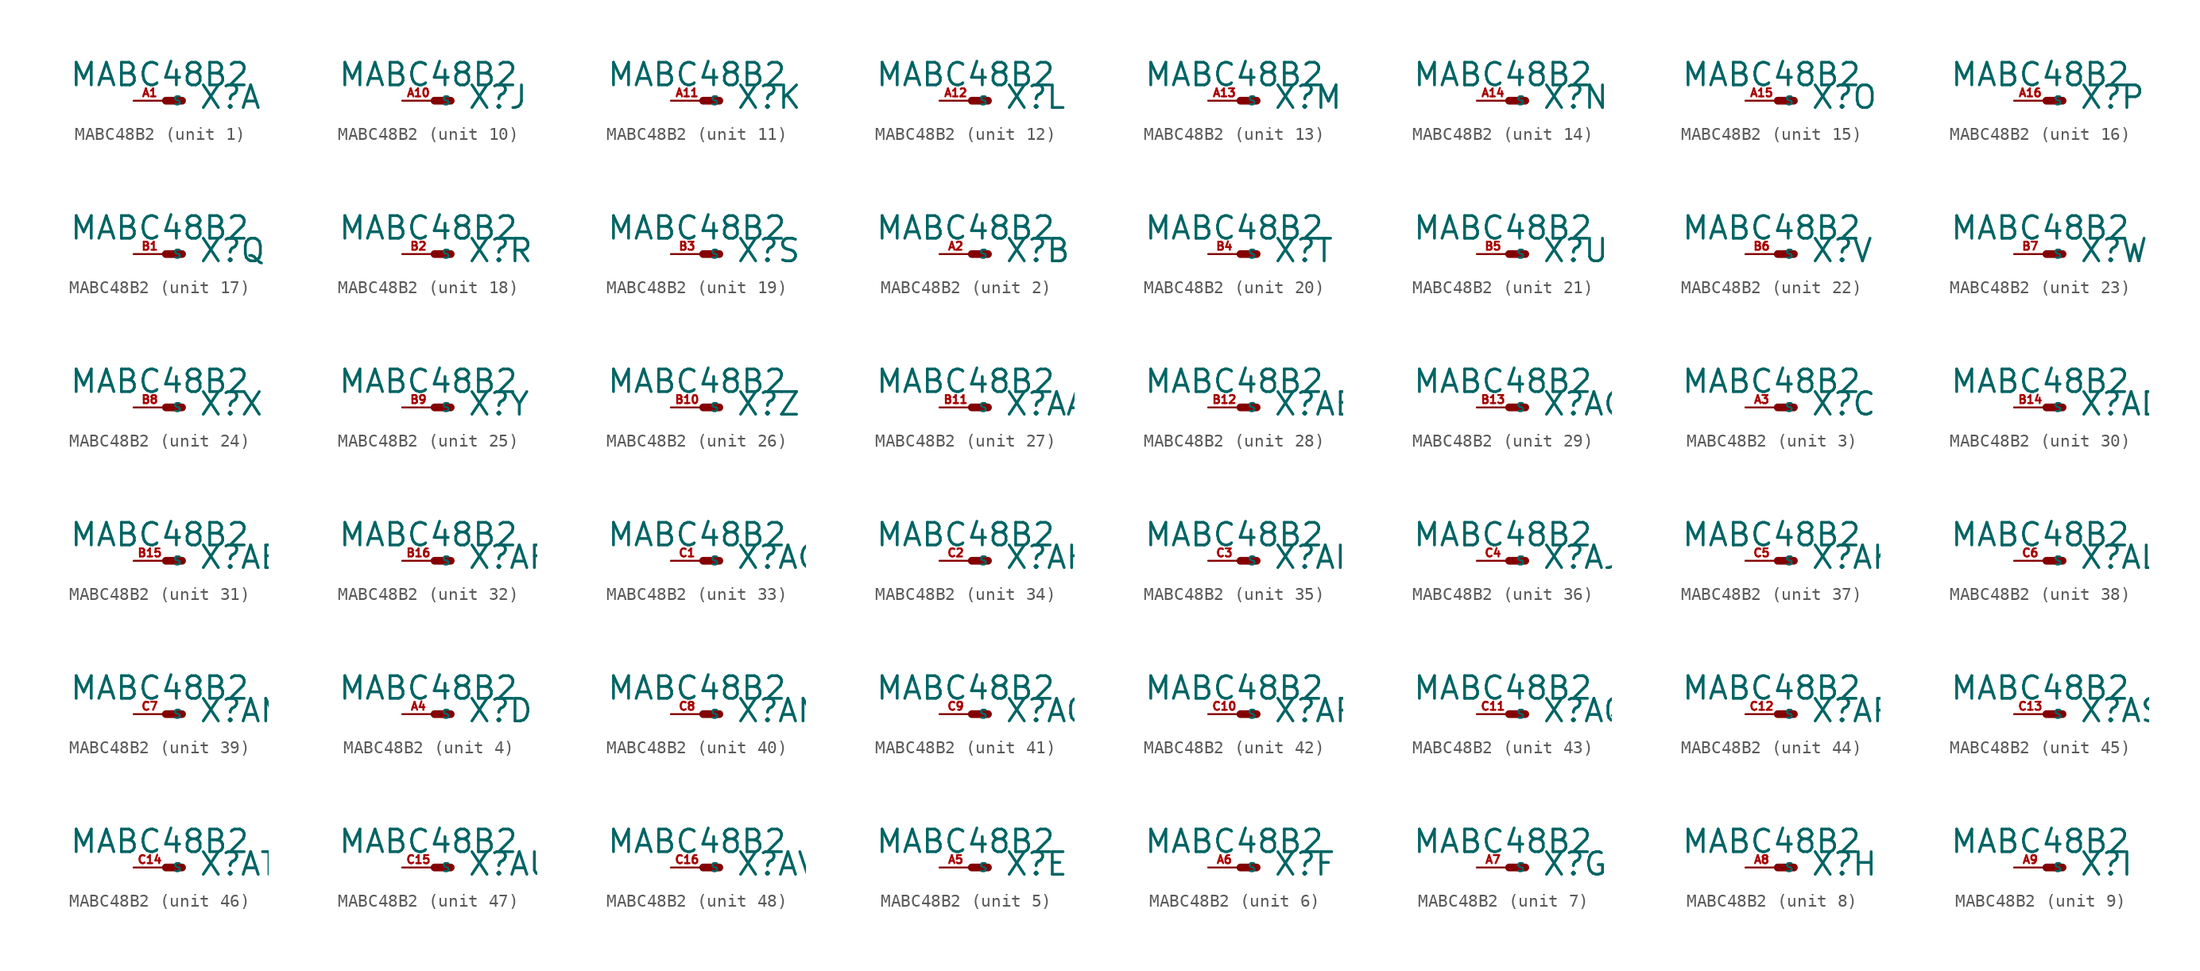
<source format=kicad_sym>
(kicad_symbol_lib
  (version 20220914)
  (generator Eagle2Kicad)
  (symbol "MABC48B2"
    (property "Reference" "X"
      (at 2.54 -0.762 0)
      (effects (font (size 1.778 1.778) (thickness 0.22)) (justify left bottom)))
    (property "Value" "MABC48B2"
      (at -7.62 1.016 0)
      (effects (font (size 1.778 1.778) (thickness 0.22)) (justify left bottom)))
    (symbol "MABC48B2_1_0"
      (polyline (pts (xy 0 0) (xy 1.27 0)) (stroke (width 0.61) (type default)) (fill (type none)))
      (pin passive line (at -2.54 0 0) (length 2.54) (name "S" (effects (font (size 0.635 0.635) (thickness 0.08)) (justify left bottom))) (number "A1" (effects (font (size 0.635 0.635) (thickness 0.08)) (justify left bottom)))))
    (symbol "MABC48B2_2_0"
      (polyline (pts (xy 0 0) (xy 1.27 0)) (stroke (width 0.61) (type default)) (fill (type none)))
      (pin passive line (at -2.54 0 0) (length 2.54) (name "S" (effects (font (size 0.635 0.635) (thickness 0.08)) (justify left bottom))) (number "A2" (effects (font (size 0.635 0.635) (thickness 0.08)) (justify left bottom)))))
    (symbol "MABC48B2_3_0"
      (polyline (pts (xy 0 0) (xy 1.27 0)) (stroke (width 0.61) (type default)) (fill (type none)))
      (pin passive line (at -2.54 0 0) (length 2.54) (name "S" (effects (font (size 0.635 0.635) (thickness 0.08)) (justify left bottom))) (number "A3" (effects (font (size 0.635 0.635) (thickness 0.08)) (justify left bottom)))))
    (symbol "MABC48B2_4_0"
      (polyline (pts (xy 0 0) (xy 1.27 0)) (stroke (width 0.61) (type default)) (fill (type none)))
      (pin passive line (at -2.54 0 0) (length 2.54) (name "S" (effects (font (size 0.635 0.635) (thickness 0.08)) (justify left bottom))) (number "A4" (effects (font (size 0.635 0.635) (thickness 0.08)) (justify left bottom)))))
    (symbol "MABC48B2_5_0"
      (polyline (pts (xy 0 0) (xy 1.27 0)) (stroke (width 0.61) (type default)) (fill (type none)))
      (pin passive line (at -2.54 0 0) (length 2.54) (name "S" (effects (font (size 0.635 0.635) (thickness 0.08)) (justify left bottom))) (number "A5" (effects (font (size 0.635 0.635) (thickness 0.08)) (justify left bottom)))))
    (symbol "MABC48B2_6_0"
      (polyline (pts (xy 0 0) (xy 1.27 0)) (stroke (width 0.61) (type default)) (fill (type none)))
      (pin passive line (at -2.54 0 0) (length 2.54) (name "S" (effects (font (size 0.635 0.635) (thickness 0.08)) (justify left bottom))) (number "A6" (effects (font (size 0.635 0.635) (thickness 0.08)) (justify left bottom)))))
    (symbol "MABC48B2_7_0"
      (polyline (pts (xy 0 0) (xy 1.27 0)) (stroke (width 0.61) (type default)) (fill (type none)))
      (pin passive line (at -2.54 0 0) (length 2.54) (name "S" (effects (font (size 0.635 0.635) (thickness 0.08)) (justify left bottom))) (number "A7" (effects (font (size 0.635 0.635) (thickness 0.08)) (justify left bottom)))))
    (symbol "MABC48B2_8_0"
      (polyline (pts (xy 0 0) (xy 1.27 0)) (stroke (width 0.61) (type default)) (fill (type none)))
      (pin passive line (at -2.54 0 0) (length 2.54) (name "S" (effects (font (size 0.635 0.635) (thickness 0.08)) (justify left bottom))) (number "A8" (effects (font (size 0.635 0.635) (thickness 0.08)) (justify left bottom)))))
    (symbol "MABC48B2_9_0"
      (polyline (pts (xy 0 0) (xy 1.27 0)) (stroke (width 0.61) (type default)) (fill (type none)))
      (pin passive line (at -2.54 0 0) (length 2.54) (name "S" (effects (font (size 0.635 0.635) (thickness 0.08)) (justify left bottom))) (number "A9" (effects (font (size 0.635 0.635) (thickness 0.08)) (justify left bottom)))))
    (symbol "MABC48B2_10_0"
      (polyline (pts (xy 0 0) (xy 1.27 0)) (stroke (width 0.61) (type default)) (fill (type none)))
      (pin passive line (at -2.54 0 0) (length 2.54) (name "S" (effects (font (size 0.635 0.635) (thickness 0.08)) (justify left bottom))) (number "A10" (effects (font (size 0.635 0.635) (thickness 0.08)) (justify left bottom)))))
    (symbol "MABC48B2_11_0"
      (polyline (pts (xy 0 0) (xy 1.27 0)) (stroke (width 0.61) (type default)) (fill (type none)))
      (pin passive line (at -2.54 0 0) (length 2.54) (name "S" (effects (font (size 0.635 0.635) (thickness 0.08)) (justify left bottom))) (number "A11" (effects (font (size 0.635 0.635) (thickness 0.08)) (justify left bottom)))))
    (symbol "MABC48B2_12_0"
      (polyline (pts (xy 0 0) (xy 1.27 0)) (stroke (width 0.61) (type default)) (fill (type none)))
      (pin passive line (at -2.54 0 0) (length 2.54) (name "S" (effects (font (size 0.635 0.635) (thickness 0.08)) (justify left bottom))) (number "A12" (effects (font (size 0.635 0.635) (thickness 0.08)) (justify left bottom)))))
    (symbol "MABC48B2_13_0"
      (polyline (pts (xy 0 0) (xy 1.27 0)) (stroke (width 0.61) (type default)) (fill (type none)))
      (pin passive line (at -2.54 0 0) (length 2.54) (name "S" (effects (font (size 0.635 0.635) (thickness 0.08)) (justify left bottom))) (number "A13" (effects (font (size 0.635 0.635) (thickness 0.08)) (justify left bottom)))))
    (symbol "MABC48B2_14_0"
      (polyline (pts (xy 0 0) (xy 1.27 0)) (stroke (width 0.61) (type default)) (fill (type none)))
      (pin passive line (at -2.54 0 0) (length 2.54) (name "S" (effects (font (size 0.635 0.635) (thickness 0.08)) (justify left bottom))) (number "A14" (effects (font (size 0.635 0.635) (thickness 0.08)) (justify left bottom)))))
    (symbol "MABC48B2_15_0"
      (polyline (pts (xy 0 0) (xy 1.27 0)) (stroke (width 0.61) (type default)) (fill (type none)))
      (pin passive line (at -2.54 0 0) (length 2.54) (name "S" (effects (font (size 0.635 0.635) (thickness 0.08)) (justify left bottom))) (number "A15" (effects (font (size 0.635 0.635) (thickness 0.08)) (justify left bottom)))))
    (symbol "MABC48B2_16_0"
      (polyline (pts (xy 0 0) (xy 1.27 0)) (stroke (width 0.61) (type default)) (fill (type none)))
      (pin passive line (at -2.54 0 0) (length 2.54) (name "S" (effects (font (size 0.635 0.635) (thickness 0.08)) (justify left bottom))) (number "A16" (effects (font (size 0.635 0.635) (thickness 0.08)) (justify left bottom)))))
    (symbol "MABC48B2_17_0"
      (polyline (pts (xy 0 0) (xy 1.27 0)) (stroke (width 0.61) (type default)) (fill (type none)))
      (pin passive line (at -2.54 0 0) (length 2.54) (name "S" (effects (font (size 0.635 0.635) (thickness 0.08)) (justify left bottom))) (number "B1" (effects (font (size 0.635 0.635) (thickness 0.08)) (justify left bottom)))))
    (symbol "MABC48B2_18_0"
      (polyline (pts (xy 0 0) (xy 1.27 0)) (stroke (width 0.61) (type default)) (fill (type none)))
      (pin passive line (at -2.54 0 0) (length 2.54) (name "S" (effects (font (size 0.635 0.635) (thickness 0.08)) (justify left bottom))) (number "B2" (effects (font (size 0.635 0.635) (thickness 0.08)) (justify left bottom)))))
    (symbol "MABC48B2_19_0"
      (polyline (pts (xy 0 0) (xy 1.27 0)) (stroke (width 0.61) (type default)) (fill (type none)))
      (pin passive line (at -2.54 0 0) (length 2.54) (name "S" (effects (font (size 0.635 0.635) (thickness 0.08)) (justify left bottom))) (number "B3" (effects (font (size 0.635 0.635) (thickness 0.08)) (justify left bottom)))))
    (symbol "MABC48B2_20_0"
      (polyline (pts (xy 0 0) (xy 1.27 0)) (stroke (width 0.61) (type default)) (fill (type none)))
      (pin passive line (at -2.54 0 0) (length 2.54) (name "S" (effects (font (size 0.635 0.635) (thickness 0.08)) (justify left bottom))) (number "B4" (effects (font (size 0.635 0.635) (thickness 0.08)) (justify left bottom)))))
    (symbol "MABC48B2_21_0"
      (polyline (pts (xy 0 0) (xy 1.27 0)) (stroke (width 0.61) (type default)) (fill (type none)))
      (pin passive line (at -2.54 0 0) (length 2.54) (name "S" (effects (font (size 0.635 0.635) (thickness 0.08)) (justify left bottom))) (number "B5" (effects (font (size 0.635 0.635) (thickness 0.08)) (justify left bottom)))))
    (symbol "MABC48B2_22_0"
      (polyline (pts (xy 0 0) (xy 1.27 0)) (stroke (width 0.61) (type default)) (fill (type none)))
      (pin passive line (at -2.54 0 0) (length 2.54) (name "S" (effects (font (size 0.635 0.635) (thickness 0.08)) (justify left bottom))) (number "B6" (effects (font (size 0.635 0.635) (thickness 0.08)) (justify left bottom)))))
    (symbol "MABC48B2_23_0"
      (polyline (pts (xy 0 0) (xy 1.27 0)) (stroke (width 0.61) (type default)) (fill (type none)))
      (pin passive line (at -2.54 0 0) (length 2.54) (name "S" (effects (font (size 0.635 0.635) (thickness 0.08)) (justify left bottom))) (number "B7" (effects (font (size 0.635 0.635) (thickness 0.08)) (justify left bottom)))))
    (symbol "MABC48B2_24_0"
      (polyline (pts (xy 0 0) (xy 1.27 0)) (stroke (width 0.61) (type default)) (fill (type none)))
      (pin passive line (at -2.54 0 0) (length 2.54) (name "S" (effects (font (size 0.635 0.635) (thickness 0.08)) (justify left bottom))) (number "B8" (effects (font (size 0.635 0.635) (thickness 0.08)) (justify left bottom)))))
    (symbol "MABC48B2_25_0"
      (polyline (pts (xy 0 0) (xy 1.27 0)) (stroke (width 0.61) (type default)) (fill (type none)))
      (pin passive line (at -2.54 0 0) (length 2.54) (name "S" (effects (font (size 0.635 0.635) (thickness 0.08)) (justify left bottom))) (number "B9" (effects (font (size 0.635 0.635) (thickness 0.08)) (justify left bottom)))))
    (symbol "MABC48B2_26_0"
      (polyline (pts (xy 0 0) (xy 1.27 0)) (stroke (width 0.61) (type default)) (fill (type none)))
      (pin passive line (at -2.54 0 0) (length 2.54) (name "S" (effects (font (size 0.635 0.635) (thickness 0.08)) (justify left bottom))) (number "B10" (effects (font (size 0.635 0.635) (thickness 0.08)) (justify left bottom)))))
    (symbol "MABC48B2_27_0"
      (polyline (pts (xy 0 0) (xy 1.27 0)) (stroke (width 0.61) (type default)) (fill (type none)))
      (pin passive line (at -2.54 0 0) (length 2.54) (name "S" (effects (font (size 0.635 0.635) (thickness 0.08)) (justify left bottom))) (number "B11" (effects (font (size 0.635 0.635) (thickness 0.08)) (justify left bottom)))))
    (symbol "MABC48B2_28_0"
      (polyline (pts (xy 0 0) (xy 1.27 0)) (stroke (width 0.61) (type default)) (fill (type none)))
      (pin passive line (at -2.54 0 0) (length 2.54) (name "S" (effects (font (size 0.635 0.635) (thickness 0.08)) (justify left bottom))) (number "B12" (effects (font (size 0.635 0.635) (thickness 0.08)) (justify left bottom)))))
    (symbol "MABC48B2_29_0"
      (polyline (pts (xy 0 0) (xy 1.27 0)) (stroke (width 0.61) (type default)) (fill (type none)))
      (pin passive line (at -2.54 0 0) (length 2.54) (name "S" (effects (font (size 0.635 0.635) (thickness 0.08)) (justify left bottom))) (number "B13" (effects (font (size 0.635 0.635) (thickness 0.08)) (justify left bottom)))))
    (symbol "MABC48B2_30_0"
      (polyline (pts (xy 0 0) (xy 1.27 0)) (stroke (width 0.61) (type default)) (fill (type none)))
      (pin passive line (at -2.54 0 0) (length 2.54) (name "S" (effects (font (size 0.635 0.635) (thickness 0.08)) (justify left bottom))) (number "B14" (effects (font (size 0.635 0.635) (thickness 0.08)) (justify left bottom)))))
    (symbol "MABC48B2_31_0"
      (polyline (pts (xy 0 0) (xy 1.27 0)) (stroke (width 0.61) (type default)) (fill (type none)))
      (pin passive line (at -2.54 0 0) (length 2.54) (name "S" (effects (font (size 0.635 0.635) (thickness 0.08)) (justify left bottom))) (number "B15" (effects (font (size 0.635 0.635) (thickness 0.08)) (justify left bottom)))))
    (symbol "MABC48B2_32_0"
      (polyline (pts (xy 0 0) (xy 1.27 0)) (stroke (width 0.61) (type default)) (fill (type none)))
      (pin passive line (at -2.54 0 0) (length 2.54) (name "S" (effects (font (size 0.635 0.635) (thickness 0.08)) (justify left bottom))) (number "B16" (effects (font (size 0.635 0.635) (thickness 0.08)) (justify left bottom)))))
    (symbol "MABC48B2_33_0"
      (polyline (pts (xy 0 0) (xy 1.27 0)) (stroke (width 0.61) (type default)) (fill (type none)))
      (pin passive line (at -2.54 0 0) (length 2.54) (name "S" (effects (font (size 0.635 0.635) (thickness 0.08)) (justify left bottom))) (number "C1" (effects (font (size 0.635 0.635) (thickness 0.08)) (justify left bottom)))))
    (symbol "MABC48B2_34_0"
      (polyline (pts (xy 0 0) (xy 1.27 0)) (stroke (width 0.61) (type default)) (fill (type none)))
      (pin passive line (at -2.54 0 0) (length 2.54) (name "S" (effects (font (size 0.635 0.635) (thickness 0.08)) (justify left bottom))) (number "C2" (effects (font (size 0.635 0.635) (thickness 0.08)) (justify left bottom)))))
    (symbol "MABC48B2_35_0"
      (polyline (pts (xy 0 0) (xy 1.27 0)) (stroke (width 0.61) (type default)) (fill (type none)))
      (pin passive line (at -2.54 0 0) (length 2.54) (name "S" (effects (font (size 0.635 0.635) (thickness 0.08)) (justify left bottom))) (number "C3" (effects (font (size 0.635 0.635) (thickness 0.08)) (justify left bottom)))))
    (symbol "MABC48B2_36_0"
      (polyline (pts (xy 0 0) (xy 1.27 0)) (stroke (width 0.61) (type default)) (fill (type none)))
      (pin passive line (at -2.54 0 0) (length 2.54) (name "S" (effects (font (size 0.635 0.635) (thickness 0.08)) (justify left bottom))) (number "C4" (effects (font (size 0.635 0.635) (thickness 0.08)) (justify left bottom)))))
    (symbol "MABC48B2_37_0"
      (polyline (pts (xy 0 0) (xy 1.27 0)) (stroke (width 0.61) (type default)) (fill (type none)))
      (pin passive line (at -2.54 0 0) (length 2.54) (name "S" (effects (font (size 0.635 0.635) (thickness 0.08)) (justify left bottom))) (number "C5" (effects (font (size 0.635 0.635) (thickness 0.08)) (justify left bottom)))))
    (symbol "MABC48B2_38_0"
      (polyline (pts (xy 0 0) (xy 1.27 0)) (stroke (width 0.61) (type default)) (fill (type none)))
      (pin passive line (at -2.54 0 0) (length 2.54) (name "S" (effects (font (size 0.635 0.635) (thickness 0.08)) (justify left bottom))) (number "C6" (effects (font (size 0.635 0.635) (thickness 0.08)) (justify left bottom)))))
    (symbol "MABC48B2_39_0"
      (polyline (pts (xy 0 0) (xy 1.27 0)) (stroke (width 0.61) (type default)) (fill (type none)))
      (pin passive line (at -2.54 0 0) (length 2.54) (name "S" (effects (font (size 0.635 0.635) (thickness 0.08)) (justify left bottom))) (number "C7" (effects (font (size 0.635 0.635) (thickness 0.08)) (justify left bottom)))))
    (symbol "MABC48B2_40_0"
      (polyline (pts (xy 0 0) (xy 1.27 0)) (stroke (width 0.61) (type default)) (fill (type none)))
      (pin passive line (at -2.54 0 0) (length 2.54) (name "S" (effects (font (size 0.635 0.635) (thickness 0.08)) (justify left bottom))) (number "C8" (effects (font (size 0.635 0.635) (thickness 0.08)) (justify left bottom)))))
    (symbol "MABC48B2_41_0"
      (polyline (pts (xy 0 0) (xy 1.27 0)) (stroke (width 0.61) (type default)) (fill (type none)))
      (pin passive line (at -2.54 0 0) (length 2.54) (name "S" (effects (font (size 0.635 0.635) (thickness 0.08)) (justify left bottom))) (number "C9" (effects (font (size 0.635 0.635) (thickness 0.08)) (justify left bottom)))))
    (symbol "MABC48B2_42_0"
      (polyline (pts (xy 0 0) (xy 1.27 0)) (stroke (width 0.61) (type default)) (fill (type none)))
      (pin passive line (at -2.54 0 0) (length 2.54) (name "S" (effects (font (size 0.635 0.635) (thickness 0.08)) (justify left bottom))) (number "C10" (effects (font (size 0.635 0.635) (thickness 0.08)) (justify left bottom)))))
    (symbol "MABC48B2_43_0"
      (polyline (pts (xy 0 0) (xy 1.27 0)) (stroke (width 0.61) (type default)) (fill (type none)))
      (pin passive line (at -2.54 0 0) (length 2.54) (name "S" (effects (font (size 0.635 0.635) (thickness 0.08)) (justify left bottom))) (number "C11" (effects (font (size 0.635 0.635) (thickness 0.08)) (justify left bottom)))))
    (symbol "MABC48B2_44_0"
      (polyline (pts (xy 0 0) (xy 1.27 0)) (stroke (width 0.61) (type default)) (fill (type none)))
      (pin passive line (at -2.54 0 0) (length 2.54) (name "S" (effects (font (size 0.635 0.635) (thickness 0.08)) (justify left bottom))) (number "C12" (effects (font (size 0.635 0.635) (thickness 0.08)) (justify left bottom)))))
    (symbol "MABC48B2_45_0"
      (polyline (pts (xy 0 0) (xy 1.27 0)) (stroke (width 0.61) (type default)) (fill (type none)))
      (pin passive line (at -2.54 0 0) (length 2.54) (name "S" (effects (font (size 0.635 0.635) (thickness 0.08)) (justify left bottom))) (number "C13" (effects (font (size 0.635 0.635) (thickness 0.08)) (justify left bottom)))))
    (symbol "MABC48B2_46_0"
      (polyline (pts (xy 0 0) (xy 1.27 0)) (stroke (width 0.61) (type default)) (fill (type none)))
      (pin passive line (at -2.54 0 0) (length 2.54) (name "S" (effects (font (size 0.635 0.635) (thickness 0.08)) (justify left bottom))) (number "C14" (effects (font (size 0.635 0.635) (thickness 0.08)) (justify left bottom)))))
    (symbol "MABC48B2_47_0"
      (polyline (pts (xy 0 0) (xy 1.27 0)) (stroke (width 0.61) (type default)) (fill (type none)))
      (pin passive line (at -2.54 0 0) (length 2.54) (name "S" (effects (font (size 0.635 0.635) (thickness 0.08)) (justify left bottom))) (number "C15" (effects (font (size 0.635 0.635) (thickness 0.08)) (justify left bottom)))))
    (symbol "MABC48B2_48_0"
      (polyline (pts (xy 0 0) (xy 1.27 0)) (stroke (width 0.61) (type default)) (fill (type none)))
      (pin passive line (at -2.54 0 0) (length 2.54) (name "S" (effects (font (size 0.635 0.635) (thickness 0.08)) (justify left bottom))) (number "C16" (effects (font (size 0.635 0.635) (thickness 0.08)) (justify left bottom)))))))
</source>
